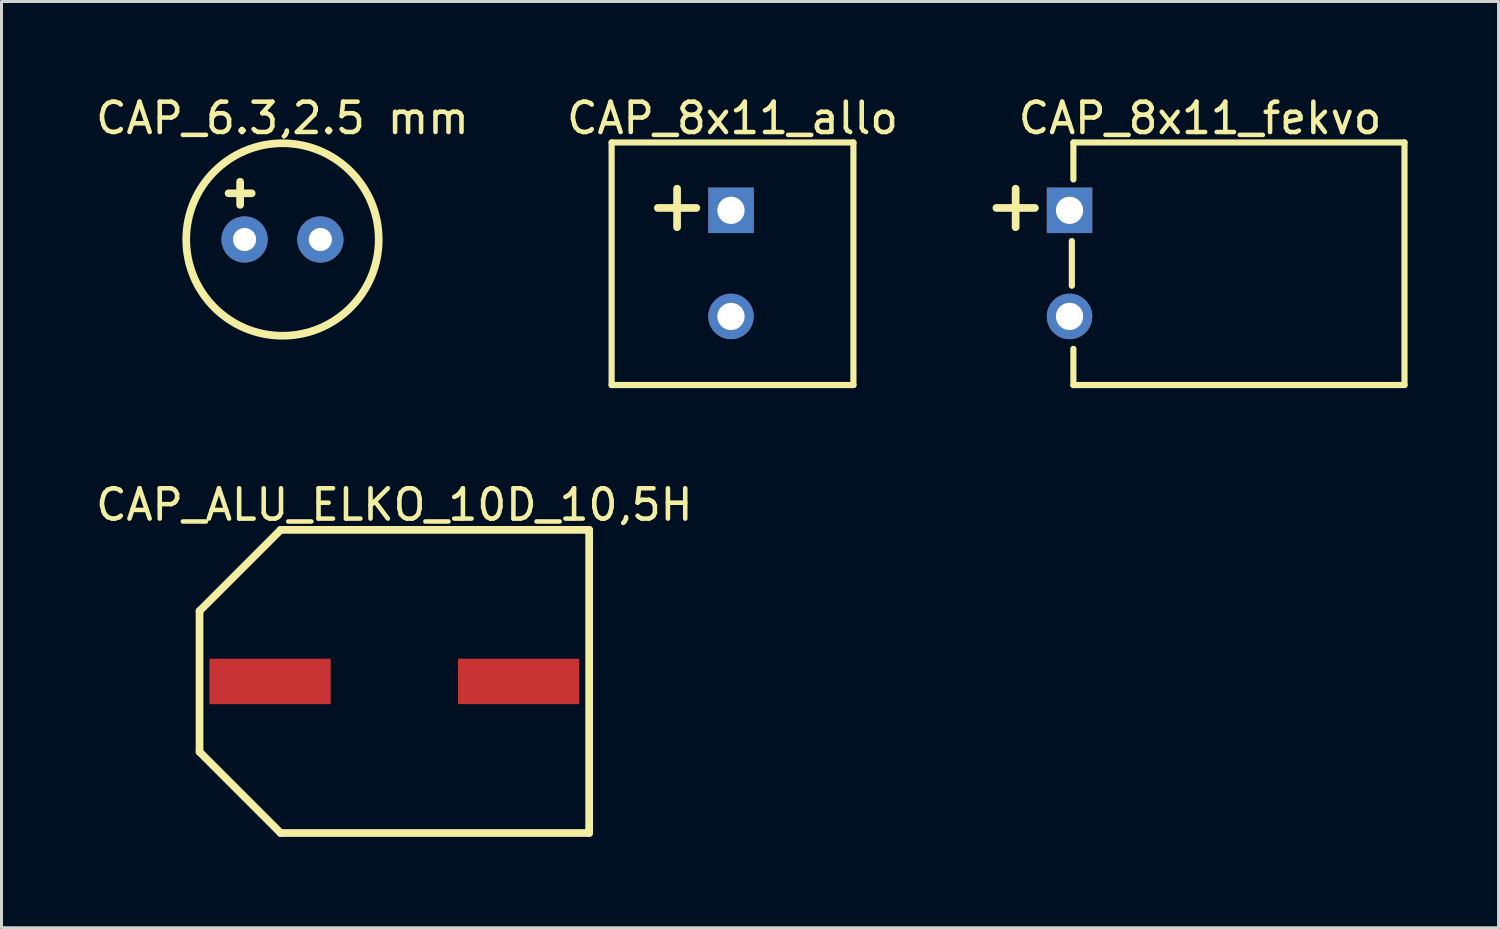
<source format=kicad_pcb>
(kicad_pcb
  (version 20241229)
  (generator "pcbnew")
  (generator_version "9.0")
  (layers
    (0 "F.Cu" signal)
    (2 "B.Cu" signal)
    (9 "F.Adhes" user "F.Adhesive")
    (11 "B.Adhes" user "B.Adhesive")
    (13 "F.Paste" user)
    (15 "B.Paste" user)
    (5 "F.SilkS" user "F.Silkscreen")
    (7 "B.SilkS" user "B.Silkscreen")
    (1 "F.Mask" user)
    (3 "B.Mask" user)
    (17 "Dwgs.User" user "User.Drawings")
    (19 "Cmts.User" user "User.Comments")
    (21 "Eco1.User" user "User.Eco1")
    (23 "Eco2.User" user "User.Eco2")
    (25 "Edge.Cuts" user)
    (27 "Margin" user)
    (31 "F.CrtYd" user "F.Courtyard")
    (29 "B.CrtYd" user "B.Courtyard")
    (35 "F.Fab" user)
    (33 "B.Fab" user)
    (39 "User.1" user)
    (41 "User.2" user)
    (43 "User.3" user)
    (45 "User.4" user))
  (footprint "CAP_8x11_fekvo"
    (layer "F.Cu")
    (at 32.23 5.638)
    (property "Reference" "CAP_8x11_fekvo" (at 4.305 -4.789 0) (layer "F.SilkS") (effects (font (size 1 1) (thickness 0.15))))
    (fp_line (start -2.413 -1.829) (end -1.143 -1.829) (stroke (width 0.254) (type solid)) (layer "F.SilkS"))
    (fp_line (start -1.778 -1.194) (end -1.778 -2.464) (stroke (width 0.254) (type solid)) (layer "F.SilkS"))
    (fp_line (start 0.076 0.737) (end 0.076 -0.737) (stroke (width 0.203) (type solid)) (layer "F.SilkS"))
    (fp_line (start 0.127 -3.988) (end 11.049 -3.988) (stroke (width 0.203) (type solid)) (layer "F.SilkS"))
    (fp_line (start 0.127 -2.769) (end 0.127 -3.988) (stroke (width 0.203) (type solid)) (layer "F.SilkS"))
    (fp_line (start 0.127 4.013) (end 0.127 2.819) (stroke (width 0.203) (type solid)) (layer "F.SilkS"))
    (fp_line (start 0.127 4.013) (end 11.049 4.013) (stroke (width 0.203) (type solid)) (layer "F.SilkS"))
    (fp_line (start 11.049 4.013) (end 11.049 -3.988) (stroke (width 0.203) (type solid)) (layer "F.SilkS"))
    (pad "N" thru_hole circle (at 0 1.75 270) (size 1.5 1.5) (drill 0.9) (layers "*.Cu" "*.Mask"))
    (pad "P" thru_hole rect (at 0 -1.75 270) (size 1.5 1.5) (drill 0.9) (layers "*.Cu" "*.Mask")))
  (footprint "CAP_6.3,2.5 mm"
    (layer "F.Cu")
    (at 6.268 4.85)
    (property "Reference" "CAP_6.3,2.5 mm" (at 0 -4.002 0) (layer "F.SilkS") (effects (font (size 1 1) (thickness 0.15))))
    (fp_line (start -1.778 -1.524) (end -1.016 -1.524) (stroke (width 0.254) (type solid)) (layer "F.SilkS"))
    (fp_line (start -1.397 -1.143) (end -1.397 -1.905) (stroke (width 0.254) (type solid)) (layer "F.SilkS"))
    (fp_circle (center 0 0) (end 0 -3.175) (stroke (width 0.254) (type solid)) (fill no) (layer "F.SilkS"))
    (pad "N" thru_hole circle (at 1.25 0) (size 1.524 1.524) (drill 0.762) (layers "*.Cu" "*.Mask"))
    (pad "P" thru_hole circle (at -1.25 0) (size 1.524 1.524) (drill 0.762) (layers "*.Cu" "*.Mask")))
  (footprint "CAP_8x11_allo"
    (layer "F.Cu")
    (at 21.062 5.638)
    (property "Reference" "CAP_8x11_allo" (at 0.051 -4.789 0) (layer "F.SilkS") (effects (font (size 1 1) (thickness 0.15))))
    (fp_line (start -3.937 -3.988) (end 4.039 -3.988) (stroke (width 0.203) (type solid)) (layer "F.SilkS"))
    (fp_line (start -3.937 4.013) (end -3.937 -3.988) (stroke (width 0.203) (type solid)) (layer "F.SilkS"))
    (fp_line (start -3.937 4.013) (end 4.039 4.013) (stroke (width 0.203) (type solid)) (layer "F.SilkS"))
    (fp_line (start -2.413 -1.829) (end -1.143 -1.829) (stroke (width 0.254) (type solid)) (layer "F.SilkS"))
    (fp_line (start -1.778 -1.194) (end -1.778 -2.464) (stroke (width 0.254) (type solid)) (layer "F.SilkS"))
    (fp_line (start 4.039 4.013) (end 4.039 -3.988) (stroke (width 0.203) (type solid)) (layer "F.SilkS"))
    (pad "N" thru_hole circle (at 0 1.75 270) (size 1.5 1.5) (drill 0.9) (layers "*.Cu" "*.Mask"))
    (pad "P" thru_hole rect (at 0 -1.75 270) (size 1.5 1.5) (drill 0.9) (layers "*.Cu" "*.Mask")))
  (footprint "CAP_ALU_ELKO_10D_10,5H"
    (layer "F.Cu")
    (at 9.958 19.428)
    (property "Reference" "CAP_ALU_ELKO_10D_10,5H" (at 0 -5.827 0) (layer "F.SilkS") (effects (font (size 1 1) (thickness 0.15))))
    (fp_line (start -6.426 -2.324) (end -3.75 -5) (stroke (width 0.254) (type solid)) (layer "F.SilkS"))
    (fp_line (start -6.426 2.324) (end -6.426 -2.324) (stroke (width 0.254) (type solid)) (layer "F.SilkS"))
    (fp_line (start -6.426 2.324) (end -3.75 5) (stroke (width 0.254) (type solid)) (layer "F.SilkS"))
    (fp_line (start -3.75 -5) (end 6.426 -5) (stroke (width 0.254) (type solid)) (layer "F.SilkS"))
    (fp_line (start -3.75 5) (end 6.426 5) (stroke (width 0.254) (type solid)) (layer "F.SilkS"))
    (fp_line (start 6.426 5) (end 6.426 -5) (stroke (width 0.254) (type solid)) (layer "F.SilkS"))
    (pad "N" smd rect (at 4.1 0) (size 4 1.5) (layers "F.Cu" "F.Mask" "F.Paste"))
    (pad "P" smd rect (at -4.1 0) (size 4 1.5) (layers "F.Cu" "F.Mask" "F.Paste")))
  (gr_rect
    (start -3 -3)
    (end 46.381 27.555)
    (stroke (width 0.1) (type default))
    (fill no)
    (layer "Edge.Cuts")))
</source>
